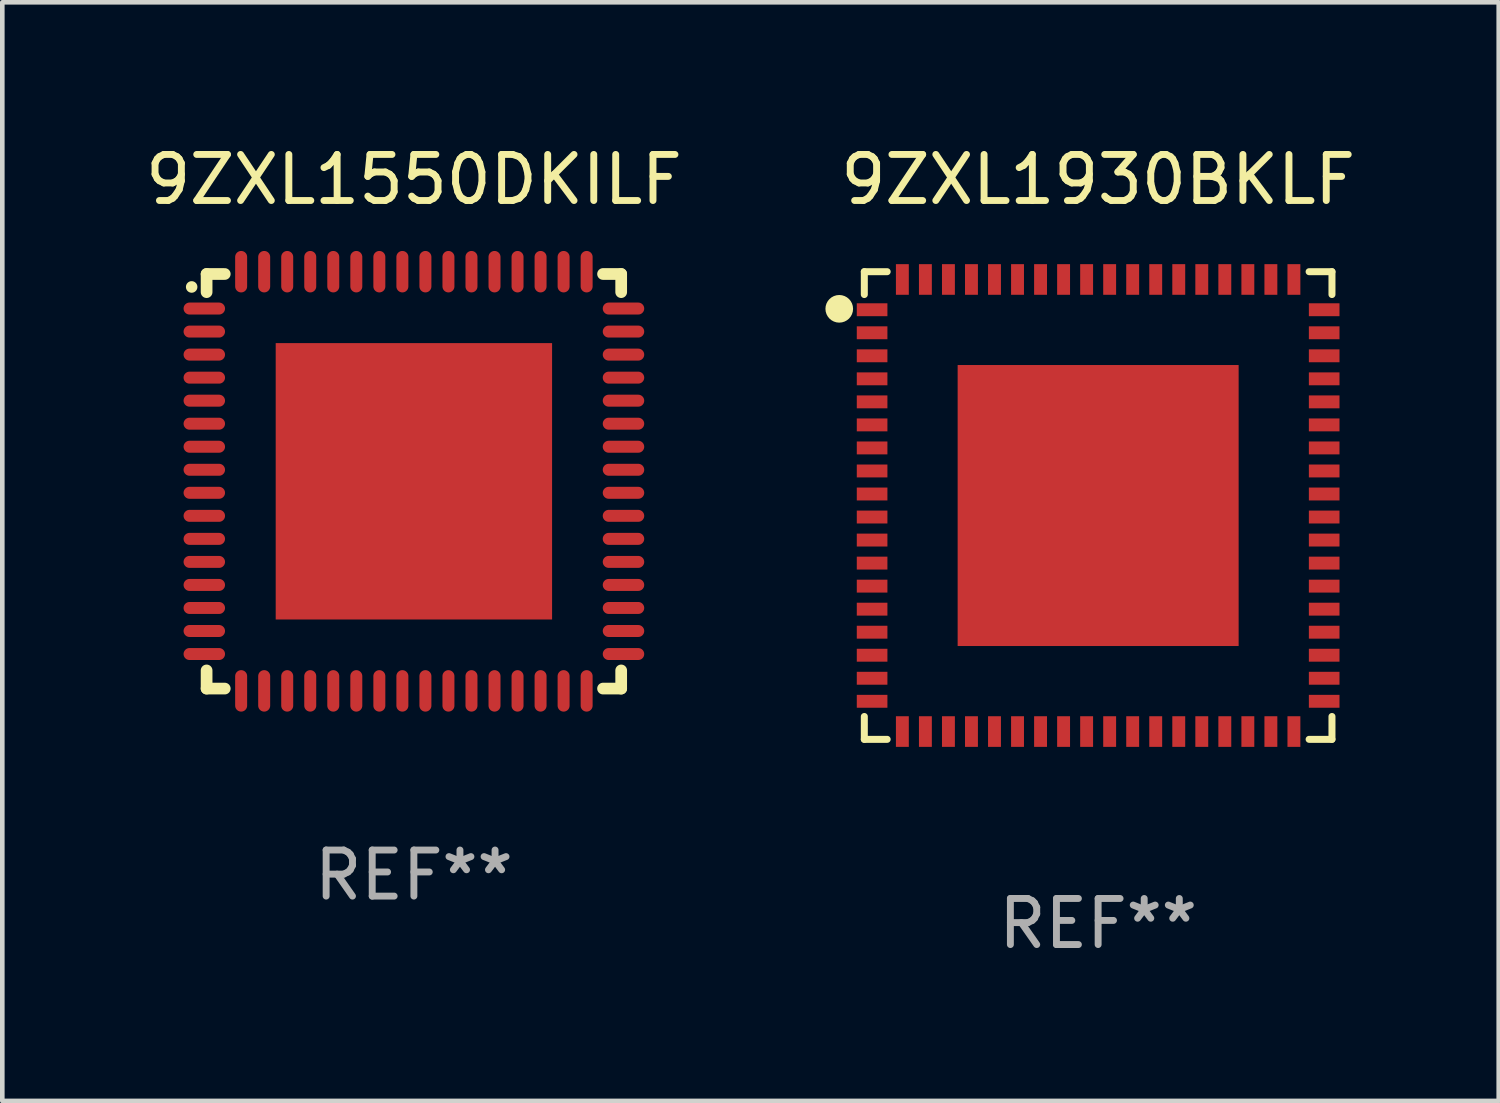
<source format=kicad_pcb>
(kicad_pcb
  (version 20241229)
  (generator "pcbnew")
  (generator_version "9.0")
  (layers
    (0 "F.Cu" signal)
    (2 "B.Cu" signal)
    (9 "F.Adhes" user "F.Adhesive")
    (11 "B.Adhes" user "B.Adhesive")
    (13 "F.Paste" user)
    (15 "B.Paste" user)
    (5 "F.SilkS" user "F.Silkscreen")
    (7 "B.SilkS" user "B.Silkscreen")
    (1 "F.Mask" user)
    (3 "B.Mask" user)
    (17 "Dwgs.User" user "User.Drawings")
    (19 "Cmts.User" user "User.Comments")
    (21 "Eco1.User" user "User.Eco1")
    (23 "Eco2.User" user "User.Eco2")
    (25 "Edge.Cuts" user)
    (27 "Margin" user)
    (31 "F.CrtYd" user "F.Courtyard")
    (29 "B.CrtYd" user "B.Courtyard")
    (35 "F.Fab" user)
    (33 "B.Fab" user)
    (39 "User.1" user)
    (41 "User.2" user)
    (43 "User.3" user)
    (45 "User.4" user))
  (footprint "9ZXL1550DKILF"
    (layer "F.Cu")
    (at 5.935 7.398)
    (property "Reference" "9ZXL1550DKILF" (at 0 -6.55 0) (layer "F.SilkS") (effects (font (size 1 1) (thickness 0.15))))
    (attr through_hole)
    (fp_line (start -4.5 -4.5) (end -4.106 -4.5) (stroke (width 0.254) (type solid)) (layer "F.SilkS"))
    (fp_line (start -4.5 -4.106) (end -4.5 -4.5) (stroke (width 0.254) (type solid)) (layer "F.SilkS"))
    (fp_line (start -4.5 4.5) (end -4.5 4.106) (stroke (width 0.254) (type solid)) (layer "F.SilkS"))
    (fp_line (start -4.106 4.5) (end -4.5 4.5) (stroke (width 0.254) (type solid)) (layer "F.SilkS"))
    (fp_line (start 4.106 -4.5) (end 4.5 -4.5) (stroke (width 0.254) (type solid)) (layer "F.SilkS"))
    (fp_line (start 4.5 -4.5) (end 4.5 -4.106) (stroke (width 0.254) (type solid)) (layer "F.SilkS"))
    (fp_line (start 4.5 4.106) (end 4.5 4.5) (stroke (width 0.254) (type solid)) (layer "F.SilkS"))
    (fp_line (start 4.5 4.5) (end 4.106 4.5) (stroke (width 0.254) (type solid)) (layer "F.SilkS"))
    (fp_arc (start -4.824308 -4.217501) (mid -4.824314 -4.218771) (end -4.824308 -4.220041) (stroke (width 0.24892) (type solid)) (layer "F.SilkS"))
    (fp_text user "REF**" (at 0 8.55 0) (layer "F.Fab") (effects (font (size 1 1) (thickness 0.15))))
    (pad "1" smd oval (at -4.55 -3.75) (size 0.9 0.26) (layers "F.Cu" "F.Mask" "F.Paste"))
    (pad "2" smd oval (at -4.55 -3.25) (size 0.9 0.26) (layers "F.Cu" "F.Mask" "F.Paste"))
    (pad "3" smd oval (at -4.55 -2.75) (size 0.9 0.26) (layers "F.Cu" "F.Mask" "F.Paste"))
    (pad "4" smd oval (at -4.55 -2.25) (size 0.9 0.26) (layers "F.Cu" "F.Mask" "F.Paste"))
    (pad "5" smd oval (at -4.55 -1.75) (size 0.9 0.26) (layers "F.Cu" "F.Mask" "F.Paste"))
    (pad "6" smd oval (at -4.55 -1.25) (size 0.9 0.26) (layers "F.Cu" "F.Mask" "F.Paste"))
    (pad "7" smd oval (at -4.55 -0.75) (size 0.9 0.26) (layers "F.Cu" "F.Mask" "F.Paste"))
    (pad "8" smd oval (at -4.55 -0.25) (size 0.9 0.26) (layers "F.Cu" "F.Mask" "F.Paste"))
    (pad "9" smd oval (at -4.55 0.25) (size 0.9 0.26) (layers "F.Cu" "F.Mask" "F.Paste"))
    (pad "10" smd oval (at -4.55 0.75) (size 0.9 0.26) (layers "F.Cu" "F.Mask" "F.Paste"))
    (pad "11" smd oval (at -4.55 1.25) (size 0.9 0.26) (layers "F.Cu" "F.Mask" "F.Paste"))
    (pad "12" smd oval (at -4.55 1.75) (size 0.9 0.26) (layers "F.Cu" "F.Mask" "F.Paste"))
    (pad "13" smd oval (at -4.55 2.25) (size 0.9 0.26) (layers "F.Cu" "F.Mask" "F.Paste"))
    (pad "14" smd oval (at -4.55 2.75) (size 0.9 0.26) (layers "F.Cu" "F.Mask" "F.Paste"))
    (pad "15" smd oval (at -4.55 3.25) (size 0.9 0.26) (layers "F.Cu" "F.Mask" "F.Paste"))
    (pad "16" smd oval (at -4.55 3.75) (size 0.9 0.26) (layers "F.Cu" "F.Mask" "F.Paste"))
    (pad "17" smd oval (at -3.75 4.55) (size 0.26 0.9) (layers "F.Cu" "F.Mask" "F.Paste"))
    (pad "18" smd oval (at -3.25 4.55) (size 0.26 0.9) (layers "F.Cu" "F.Mask" "F.Paste"))
    (pad "19" smd oval (at -2.75 4.55) (size 0.26 0.9) (layers "F.Cu" "F.Mask" "F.Paste"))
    (pad "20" smd oval (at -2.25 4.55) (size 0.26 0.9) (layers "F.Cu" "F.Mask" "F.Paste"))
    (pad "21" smd oval (at -1.75 4.55) (size 0.26 0.9) (layers "F.Cu" "F.Mask" "F.Paste"))
    (pad "22" smd oval (at -1.25 4.55) (size 0.26 0.9) (layers "F.Cu" "F.Mask" "F.Paste"))
    (pad "23" smd oval (at -0.75 4.55) (size 0.26 0.9) (layers "F.Cu" "F.Mask" "F.Paste"))
    (pad "24" smd oval (at -0.25 4.55) (size 0.26 0.9) (layers "F.Cu" "F.Mask" "F.Paste"))
    (pad "25" smd oval (at 0.25 4.55) (size 0.26 0.9) (layers "F.Cu" "F.Mask" "F.Paste"))
    (pad "26" smd oval (at 0.75 4.55) (size 0.26 0.9) (layers "F.Cu" "F.Mask" "F.Paste"))
    (pad "27" smd oval (at 1.25 4.55) (size 0.26 0.9) (layers "F.Cu" "F.Mask" "F.Paste"))
    (pad "28" smd oval (at 1.75 4.55) (size 0.26 0.9) (layers "F.Cu" "F.Mask" "F.Paste"))
    (pad "29" smd oval (at 2.25 4.55) (size 0.26 0.9) (layers "F.Cu" "F.Mask" "F.Paste"))
    (pad "30" smd oval (at 2.75 4.55) (size 0.26 0.9) (layers "F.Cu" "F.Mask" "F.Paste"))
    (pad "31" smd oval (at 3.25 4.55) (size 0.26 0.9) (layers "F.Cu" "F.Mask" "F.Paste"))
    (pad "32" smd oval (at 3.75 4.55) (size 0.26 0.9) (layers "F.Cu" "F.Mask" "F.Paste"))
    (pad "33" smd oval (at 4.55 3.75) (size 0.9 0.26) (layers "F.Cu" "F.Mask" "F.Paste"))
    (pad "34" smd oval (at 4.55 3.25) (size 0.9 0.26) (layers "F.Cu" "F.Mask" "F.Paste"))
    (pad "35" smd oval (at 4.55 2.75) (size 0.9 0.26) (layers "F.Cu" "F.Mask" "F.Paste"))
    (pad "36" smd oval (at 4.55 2.25) (size 0.9 0.26) (layers "F.Cu" "F.Mask" "F.Paste"))
    (pad "37" smd oval (at 4.55 1.75) (size 0.9 0.26) (layers "F.Cu" "F.Mask" "F.Paste"))
    (pad "38" smd oval (at 4.55 1.25) (size 0.9 0.26) (layers "F.Cu" "F.Mask" "F.Paste"))
    (pad "39" smd oval (at 4.55 0.75) (size 0.9 0.26) (layers "F.Cu" "F.Mask" "F.Paste"))
    (pad "40" smd oval (at 4.55 0.25) (size 0.9 0.26) (layers "F.Cu" "F.Mask" "F.Paste"))
    (pad "41" smd oval (at 4.55 -0.25) (size 0.9 0.26) (layers "F.Cu" "F.Mask" "F.Paste"))
    (pad "42" smd oval (at 4.55 -0.75) (size 0.9 0.26) (layers "F.Cu" "F.Mask" "F.Paste"))
    (pad "43" smd oval (at 4.55 -1.25) (size 0.9 0.26) (layers "F.Cu" "F.Mask" "F.Paste"))
    (pad "44" smd oval (at 4.55 -1.75) (size 0.9 0.26) (layers "F.Cu" "F.Mask" "F.Paste"))
    (pad "45" smd oval (at 4.55 -2.25) (size 0.9 0.26) (layers "F.Cu" "F.Mask" "F.Paste"))
    (pad "46" smd oval (at 4.55 -2.75) (size 0.9 0.26) (layers "F.Cu" "F.Mask" "F.Paste"))
    (pad "47" smd oval (at 4.55 -3.25) (size 0.9 0.26) (layers "F.Cu" "F.Mask" "F.Paste"))
    (pad "48" smd oval (at 4.55 -3.75) (size 0.9 0.26) (layers "F.Cu" "F.Mask" "F.Paste"))
    (pad "49" smd oval (at 3.75 -4.55) (size 0.26 0.9) (layers "F.Cu" "F.Mask" "F.Paste"))
    (pad "50" smd oval (at 3.25 -4.55) (size 0.26 0.9) (layers "F.Cu" "F.Mask" "F.Paste"))
    (pad "51" smd oval (at 2.75 -4.55) (size 0.26 0.9) (layers "F.Cu" "F.Mask" "F.Paste"))
    (pad "52" smd oval (at 2.25 -4.55) (size 0.26 0.9) (layers "F.Cu" "F.Mask" "F.Paste"))
    (pad "53" smd oval (at 1.75 -4.55) (size 0.26 0.9) (layers "F.Cu" "F.Mask" "F.Paste"))
    (pad "54" smd oval (at 1.25 -4.55) (size 0.26 0.9) (layers "F.Cu" "F.Mask" "F.Paste"))
    (pad "55" smd oval (at 0.75 -4.55) (size 0.26 0.9) (layers "F.Cu" "F.Mask" "F.Paste"))
    (pad "56" smd oval (at 0.25 -4.55) (size 0.26 0.9) (layers "F.Cu" "F.Mask" "F.Paste"))
    (pad "57" smd oval (at -0.25 -4.55) (size 0.26 0.9) (layers "F.Cu" "F.Mask" "F.Paste"))
    (pad "58" smd oval (at -0.75 -4.55) (size 0.26 0.9) (layers "F.Cu" "F.Mask" "F.Paste"))
    (pad "59" smd oval (at -1.25 -4.55) (size 0.26 0.9) (layers "F.Cu" "F.Mask" "F.Paste"))
    (pad "60" smd oval (at -1.75 -4.55) (size 0.26 0.9) (layers "F.Cu" "F.Mask" "F.Paste"))
    (pad "61" smd oval (at -2.25 -4.55) (size 0.26 0.9) (layers "F.Cu" "F.Mask" "F.Paste"))
    (pad "62" smd oval (at -2.75 -4.55) (size 0.26 0.9) (layers "F.Cu" "F.Mask" "F.Paste"))
    (pad "63" smd oval (at -3.25 -4.55) (size 0.26 0.9) (layers "F.Cu" "F.Mask" "F.Paste"))
    (pad "64" smd oval (at -3.75 -4.55) (size 0.26 0.9) (layers "F.Cu" "F.Mask" "F.Paste"))
    (pad "65" smd rect (at 0 0.000381) (size 6 6) (layers "F.Cu" "F.Mask" "F.Paste")))
  (footprint "9ZXL1930BKLF"
    (layer "F.Cu")
    (at 20.789 7.924)
    (property "Reference" "9ZXL1930BKLF" (at 0 -7.076 0) (layer "F.SilkS") (effects (font (size 1 1) (thickness 0.15))))
    (attr through_hole)
    (fp_line (start -5.076 -5.076) (end -5.076 -4.58) (stroke (width 0.152) (type solid)) (layer "F.SilkS"))
    (fp_line (start -5.076 5.076) (end -5.076 4.58) (stroke (width 0.152) (type solid)) (layer "F.SilkS"))
    (fp_line (start -4.58 -5.076) (end -5.076 -5.076) (stroke (width 0.152) (type solid)) (layer "F.SilkS"))
    (fp_line (start -4.58 5.076) (end -5.076 5.076) (stroke (width 0.152) (type solid)) (layer "F.SilkS"))
    (fp_line (start 4.58 -5.076) (end 5.076 -5.076) (stroke (width 0.152) (type solid)) (layer "F.SilkS"))
    (fp_line (start 4.58 5.076) (end 5.076 5.076) (stroke (width 0.152) (type solid)) (layer "F.SilkS"))
    (fp_line (start 5.076 -5.076) (end 5.076 -4.58) (stroke (width 0.152) (type solid)) (layer "F.SilkS"))
    (fp_line (start 5.076 5.076) (end 5.076 4.58) (stroke (width 0.152) (type solid)) (layer "F.SilkS"))
    (fp_circle (center -5.62 -4.27) (end -5.47 -4.27) (stroke (width 0.3) (type solid)) (fill no) (layer "F.SilkS"))
    (fp_text user "REF**" (at 0 9.076 0) (layer "F.Fab") (effects (font (size 1 1) (thickness 0.15))))
    (pad "1" smd rect (at -4.907 -4.25 270) (size 0.28 0.665) (layers "F.Cu" "F.Mask" "F.Paste"))
    (pad "2" smd rect (at -4.907 -3.75 270) (size 0.28 0.665) (layers "F.Cu" "F.Mask" "F.Paste"))
    (pad "3" smd rect (at -4.907 -3.25 270) (size 0.28 0.665) (layers "F.Cu" "F.Mask" "F.Paste"))
    (pad "4" smd rect (at -4.907 -2.75 270) (size 0.28 0.665) (layers "F.Cu" "F.Mask" "F.Paste"))
    (pad "5" smd rect (at -4.907 -2.25 270) (size 0.28 0.665) (layers "F.Cu" "F.Mask" "F.Paste"))
    (pad "6" smd rect (at -4.907 -1.75 270) (size 0.28 0.665) (layers "F.Cu" "F.Mask" "F.Paste"))
    (pad "7" smd rect (at -4.907 -1.25 270) (size 0.28 0.665) (layers "F.Cu" "F.Mask" "F.Paste"))
    (pad "8" smd rect (at -4.907 -0.75 270) (size 0.28 0.665) (layers "F.Cu" "F.Mask" "F.Paste"))
    (pad "9" smd rect (at -4.907 -0.25 270) (size 0.28 0.665) (layers "F.Cu" "F.Mask" "F.Paste"))
    (pad "10" smd rect (at -4.907 0.25 270) (size 0.28 0.665) (layers "F.Cu" "F.Mask" "F.Paste"))
    (pad "11" smd rect (at -4.907 0.75 270) (size 0.28 0.665) (layers "F.Cu" "F.Mask" "F.Paste"))
    (pad "12" smd rect (at -4.907 1.25 270) (size 0.28 0.665) (layers "F.Cu" "F.Mask" "F.Paste"))
    (pad "13" smd rect (at -4.907 1.75 270) (size 0.28 0.665) (layers "F.Cu" "F.Mask" "F.Paste"))
    (pad "14" smd rect (at -4.907 2.25 270) (size 0.28 0.665) (layers "F.Cu" "F.Mask" "F.Paste"))
    (pad "15" smd rect (at -4.907 2.75 270) (size 0.28 0.665) (layers "F.Cu" "F.Mask" "F.Paste"))
    (pad "16" smd rect (at -4.907 3.25 270) (size 0.28 0.665) (layers "F.Cu" "F.Mask" "F.Paste"))
    (pad "17" smd rect (at -4.907 3.75 270) (size 0.28 0.665) (layers "F.Cu" "F.Mask" "F.Paste"))
    (pad "18" smd rect (at -4.907 4.25 270) (size 0.28 0.665) (layers "F.Cu" "F.Mask" "F.Paste"))
    (pad "19" smd rect (at -4.25 4.907 270) (size 0.665 0.28) (layers "F.Cu" "F.Mask" "F.Paste"))
    (pad "20" smd rect (at -3.75 4.907 270) (size 0.665 0.28) (layers "F.Cu" "F.Mask" "F.Paste"))
    (pad "21" smd rect (at -3.25 4.907 270) (size 0.665 0.28) (layers "F.Cu" "F.Mask" "F.Paste"))
    (pad "22" smd rect (at -2.75 4.907 270) (size 0.665 0.28) (layers "F.Cu" "F.Mask" "F.Paste"))
    (pad "23" smd rect (at -2.25 4.907 270) (size 0.665 0.28) (layers "F.Cu" "F.Mask" "F.Paste"))
    (pad "24" smd rect (at -1.75 4.907 270) (size 0.665 0.28) (layers "F.Cu" "F.Mask" "F.Paste"))
    (pad "25" smd rect (at -1.25 4.907 270) (size 0.665 0.28) (layers "F.Cu" "F.Mask" "F.Paste"))
    (pad "26" smd rect (at -0.75 4.907 270) (size 0.665 0.28) (layers "F.Cu" "F.Mask" "F.Paste"))
    (pad "27" smd rect (at -0.25 4.907 270) (size 0.665 0.28) (layers "F.Cu" "F.Mask" "F.Paste"))
    (pad "28" smd rect (at 0.25 4.907 270) (size 0.665 0.28) (layers "F.Cu" "F.Mask" "F.Paste"))
    (pad "29" smd rect (at 0.75 4.907 270) (size 0.665 0.28) (layers "F.Cu" "F.Mask" "F.Paste"))
    (pad "30" smd rect (at 1.25 4.907 270) (size 0.665 0.28) (layers "F.Cu" "F.Mask" "F.Paste"))
    (pad "31" smd rect (at 1.75 4.907 270) (size 0.665 0.28) (layers "F.Cu" "F.Mask" "F.Paste"))
    (pad "32" smd rect (at 2.25 4.907 270) (size 0.665 0.28) (layers "F.Cu" "F.Mask" "F.Paste"))
    (pad "33" smd rect (at 2.75 4.907 270) (size 0.665 0.28) (layers "F.Cu" "F.Mask" "F.Paste"))
    (pad "34" smd rect (at 3.25 4.907 270) (size 0.665 0.28) (layers "F.Cu" "F.Mask" "F.Paste"))
    (pad "35" smd rect (at 3.75 4.907 270) (size 0.665 0.28) (layers "F.Cu" "F.Mask" "F.Paste"))
    (pad "36" smd rect (at 4.25 4.907 270) (size 0.665 0.28) (layers "F.Cu" "F.Mask" "F.Paste"))
    (pad "37" smd rect (at 4.907 4.25 270) (size 0.28 0.665) (layers "F.Cu" "F.Mask" "F.Paste"))
    (pad "38" smd rect (at 4.907 3.75 270) (size 0.28 0.665) (layers "F.Cu" "F.Mask" "F.Paste"))
    (pad "39" smd rect (at 4.907 3.25 270) (size 0.28 0.665) (layers "F.Cu" "F.Mask" "F.Paste"))
    (pad "40" smd rect (at 4.907 2.75 270) (size 0.28 0.665) (layers "F.Cu" "F.Mask" "F.Paste"))
    (pad "41" smd rect (at 4.907 2.25 270) (size 0.28 0.665) (layers "F.Cu" "F.Mask" "F.Paste"))
    (pad "42" smd rect (at 4.907 1.75 270) (size 0.28 0.665) (layers "F.Cu" "F.Mask" "F.Paste"))
    (pad "43" smd rect (at 4.907 1.25 270) (size 0.28 0.665) (layers "F.Cu" "F.Mask" "F.Paste"))
    (pad "44" smd rect (at 4.907 0.75 270) (size 0.28 0.665) (layers "F.Cu" "F.Mask" "F.Paste"))
    (pad "45" smd rect (at 4.907 0.25 270) (size 0.28 0.665) (layers "F.Cu" "F.Mask" "F.Paste"))
    (pad "46" smd rect (at 4.907 -0.25 270) (size 0.28 0.665) (layers "F.Cu" "F.Mask" "F.Paste"))
    (pad "47" smd rect (at 4.907 -0.75 270) (size 0.28 0.665) (layers "F.Cu" "F.Mask" "F.Paste"))
    (pad "48" smd rect (at 4.907 -1.25 270) (size 0.28 0.665) (layers "F.Cu" "F.Mask" "F.Paste"))
    (pad "49" smd rect (at 4.907 -1.75 270) (size 0.28 0.665) (layers "F.Cu" "F.Mask" "F.Paste"))
    (pad "50" smd rect (at 4.907 -2.25 270) (size 0.28 0.665) (layers "F.Cu" "F.Mask" "F.Paste"))
    (pad "51" smd rect (at 4.907 -2.75 270) (size 0.28 0.665) (layers "F.Cu" "F.Mask" "F.Paste"))
    (pad "52" smd rect (at 4.907 -3.25 270) (size 0.28 0.665) (layers "F.Cu" "F.Mask" "F.Paste"))
    (pad "53" smd rect (at 4.907 -3.75 270) (size 0.28 0.665) (layers "F.Cu" "F.Mask" "F.Paste"))
    (pad "54" smd rect (at 4.907 -4.25 270) (size 0.28 0.665) (layers "F.Cu" "F.Mask" "F.Paste"))
    (pad "55" smd rect (at 4.25 -4.907 270) (size 0.665 0.28) (layers "F.Cu" "F.Mask" "F.Paste"))
    (pad "56" smd rect (at 3.75 -4.907 270) (size 0.665 0.28) (layers "F.Cu" "F.Mask" "F.Paste"))
    (pad "57" smd rect (at 3.25 -4.907 270) (size 0.665 0.28) (layers "F.Cu" "F.Mask" "F.Paste"))
    (pad "58" smd rect (at 2.75 -4.907 270) (size 0.665 0.28) (layers "F.Cu" "F.Mask" "F.Paste"))
    (pad "59" smd rect (at 2.25 -4.907 270) (size 0.665 0.28) (layers "F.Cu" "F.Mask" "F.Paste"))
    (pad "60" smd rect (at 1.75 -4.907 270) (size 0.665 0.28) (layers "F.Cu" "F.Mask" "F.Paste"))
    (pad "61" smd rect (at 1.25 -4.907 270) (size 0.665 0.28) (layers "F.Cu" "F.Mask" "F.Paste"))
    (pad "62" smd rect (at 0.75 -4.907 270) (size 0.665 0.28) (layers "F.Cu" "F.Mask" "F.Paste"))
    (pad "63" smd rect (at 0.25 -4.907 270) (size 0.665 0.28) (layers "F.Cu" "F.Mask" "F.Paste"))
    (pad "64" smd rect (at -0.25 -4.907 270) (size 0.665 0.28) (layers "F.Cu" "F.Mask" "F.Paste"))
    (pad "65" smd rect (at -0.75 -4.907 270) (size 0.665 0.28) (layers "F.Cu" "F.Mask" "F.Paste"))
    (pad "66" smd rect (at -1.25 -4.907 270) (size 0.665 0.28) (layers "F.Cu" "F.Mask" "F.Paste"))
    (pad "67" smd rect (at -1.75 -4.907 270) (size 0.665 0.28) (layers "F.Cu" "F.Mask" "F.Paste"))
    (pad "68" smd rect (at -2.25 -4.907 270) (size 0.665 0.28) (layers "F.Cu" "F.Mask" "F.Paste"))
    (pad "69" smd rect (at -2.75 -4.907 270) (size 0.665 0.28) (layers "F.Cu" "F.Mask" "F.Paste"))
    (pad "70" smd rect (at -3.25 -4.907 270) (size 0.665 0.28) (layers "F.Cu" "F.Mask" "F.Paste"))
    (pad "71" smd rect (at -3.75 -4.907 270) (size 0.665 0.28) (layers "F.Cu" "F.Mask" "F.Paste"))
    (pad "72" smd rect (at -4.25 -4.907 270) (size 0.665 0.28) (layers "F.Cu" "F.Mask" "F.Paste"))
    (pad "73" smd rect (at 0.000127 0.000127 270) (size 6.1 6.1) (layers "F.Cu" "F.Mask" "F.Paste")))
  (gr_rect
    (start -3 -3)
    (end 29.485 20.849)
    (stroke (width 0.1) (type default))
    (fill no)
    (layer "Edge.Cuts")))
</source>
